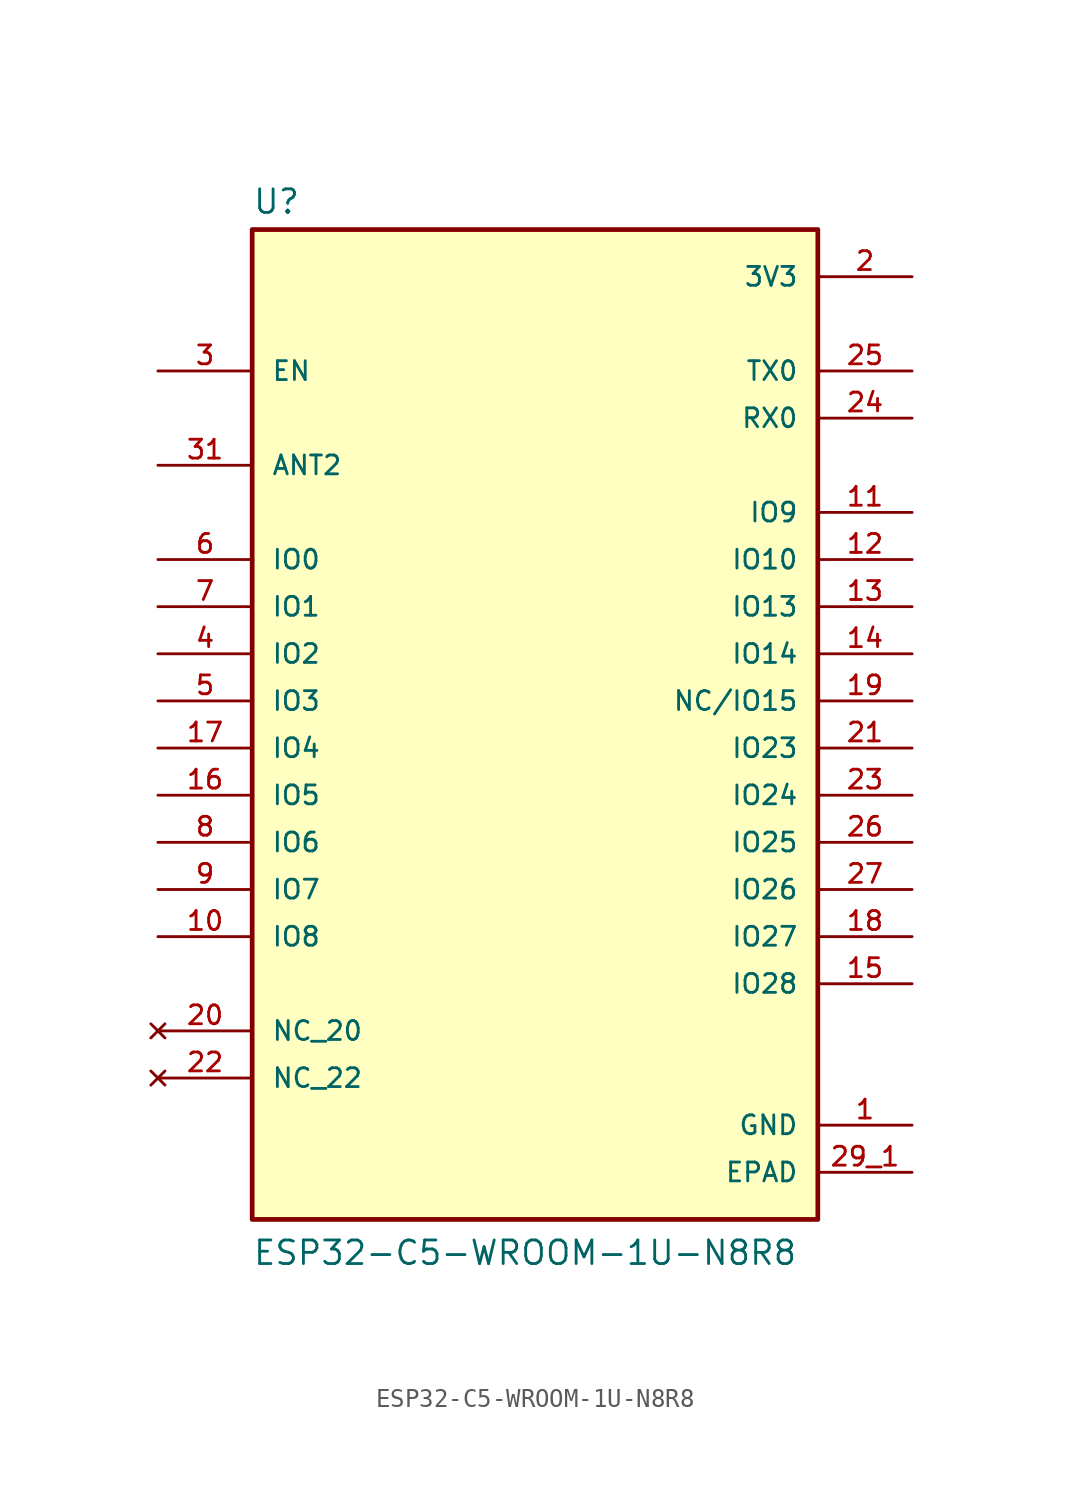
<source format=kicad_sym>
(kicad_symbol_lib
  (version 20211014)
  (generator kicad_symbol_editor)
  (symbol "ESP32-C5-WROOM-1U-N8R8"
    (pin_names
      (offset 1.016))
    (property "Reference" "U"
      (at -15.24 26.162 0)
      (effects (font (size 1.27 1.27)) (justify bottom left)))
    (property "Value" "ESP32-C5-WROOM-1U-N8R8"
      (at -15.24 -30.48 0)
      (effects (font (size 1.27 1.27)) (justify bottom left)))
    (symbol "ESP32-C5-WROOM-1U-N8R8_0_0"
      (rectangle (start -15.24 -27.94) (end 15.24 25.4) (stroke (width 0.254)) (fill (type background)))
      (pin power_in line (at 20.32 -22.86 180.0) (length 5.08) (name "GND" (effects (font (size 1.016 1.016)))) (number "1" (effects (font (size 1.016 1.016)))))
      (pin power_in line (at 20.32 -22.86 180.0) (length 5.08) hide (name "GND" (effects (font (size 1.016 1.016)))) (number "28" (effects (font (size 1.016 1.016)))))
      (pin power_in line (at 20.32 -22.86 180.0) (length 5.08) hide (name "GND" (effects (font (size 1.016 1.016)))) (number "30" (effects (font (size 1.016 1.016)))))
      (pin power_in line (at 20.32 -22.86 180.0) (length 5.08) hide (name "GND" (effects (font (size 1.016 1.016)))) (number "32" (effects (font (size 1.016 1.016)))))
      (pin power_in line (at 20.32 22.86 180.0) (length 5.08) (name "3V3" (effects (font (size 1.016 1.016)))) (number "2" (effects (font (size 1.016 1.016)))))
      (pin input line (at -20.32 17.78 0) (length 5.08) (name "EN" (effects (font (size 1.016 1.016)))) (number "3" (effects (font (size 1.016 1.016)))))
      (pin bidirectional line (at -20.32 -2.54 0) (length 5.08) (name "IO4" (effects (font (size 1.016 1.016)))) (number "17" (effects (font (size 1.016 1.016)))))
      (pin bidirectional line (at -20.32 -5.08 0) (length 5.08) (name "IO5" (effects (font (size 1.016 1.016)))) (number "16" (effects (font (size 1.016 1.016)))))
      (pin bidirectional line (at -20.32 -7.62 0) (length 5.08) (name "IO6" (effects (font (size 1.016 1.016)))) (number "8" (effects (font (size 1.016 1.016)))))
      (pin bidirectional line (at -20.32 -10.16 0) (length 5.08) (name "IO7" (effects (font (size 1.016 1.016)))) (number "9" (effects (font (size 1.016 1.016)))))
      (pin bidirectional line (at -20.32 7.62 0) (length 5.08) (name "IO0" (effects (font (size 1.016 1.016)))) (number "6" (effects (font (size 1.016 1.016)))))
      (pin bidirectional line (at -20.32 5.08 0) (length 5.08) (name "IO1" (effects (font (size 1.016 1.016)))) (number "7" (effects (font (size 1.016 1.016)))))
      (pin bidirectional line (at -20.32 -12.7 0) (length 5.08) (name "IO8" (effects (font (size 1.016 1.016)))) (number "10" (effects (font (size 1.016 1.016)))))
      (pin bidirectional line (at 20.32 7.62 180.0) (length 5.08) (name "IO10" (effects (font (size 1.016 1.016)))) (number "12" (effects (font (size 1.016 1.016)))))
      (pin bidirectional line (at 20.32 5.08 180.0) (length 5.08) (name "IO13" (effects (font (size 1.016 1.016)))) (number "13" (effects (font (size 1.016 1.016)))))
      (pin bidirectional line (at -20.32 2.54 0) (length 5.08) (name "IO2" (effects (font (size 1.016 1.016)))) (number "4" (effects (font (size 1.016 1.016)))))
      (pin bidirectional line (at -20.32 0.0 0) (length 5.08) (name "IO3" (effects (font (size 1.016 1.016)))) (number "5" (effects (font (size 1.016 1.016)))))
      (pin bidirectional line (at 20.32 17.78 180.0) (length 5.08) (name "TX0" (effects (font (size 1.016 1.016)))) (number "25" (effects (font (size 1.016 1.016)))))
      (pin bidirectional line (at 20.32 15.24 180.0) (length 5.08) (name "RX0" (effects (font (size 1.016 1.016)))) (number "24" (effects (font (size 1.016 1.016)))))
      (pin bidirectional line (at 20.32 0.0 180.0) (length 5.08) (name "NC/IO15" (effects (font (size 1.016 1.016)))) (number "19" (effects (font (size 1.016 1.016)))))
      (pin no_connect line (at -20.32 -17.78 0) (length 5.08) (name "NC_20" (effects (font (size 1.016 1.016)))) (number "20" (effects (font (size 1.016 1.016)))))
      (pin bidirectional line (at 20.32 -2.54 180.0) (length 5.08) (name "IO23" (effects (font (size 1.016 1.016)))) (number "21" (effects (font (size 1.016 1.016)))))
      (pin bidirectional line (at 20.32 10.16 180.0) (length 5.08) (name "IO9" (effects (font (size 1.016 1.016)))) (number "11" (effects (font (size 1.016 1.016)))))
      (pin bidirectional line (at 20.32 2.54 180.0) (length 5.08) (name "IO14" (effects (font (size 1.016 1.016)))) (number "14" (effects (font (size 1.016 1.016)))))
      (pin bidirectional line (at 20.32 -5.08 180.0) (length 5.08) (name "IO24" (effects (font (size 1.016 1.016)))) (number "23" (effects (font (size 1.016 1.016)))))
      (pin bidirectional line (at 20.32 -7.62 180.0) (length 5.08) (name "IO25" (effects (font (size 1.016 1.016)))) (number "26" (effects (font (size 1.016 1.016)))))
      (pin bidirectional line (at 20.32 -10.16 180.0) (length 5.08) (name "IO26" (effects (font (size 1.016 1.016)))) (number "27" (effects (font (size 1.016 1.016)))))
      (pin power_in line (at 20.32 -25.4 180.0) (length 5.08) (name "EPAD" (effects (font (size 1.016 1.016)))) (number "29_1" (effects (font (size 1.016 1.016)))))
      (pin power_in line (at 20.32 -25.4 180.0) (length 5.08) hide (name "EPAD" (effects (font (size 1.016 1.016)))) (number "29_2" (effects (font (size 1.016 1.016)))))
      (pin power_in line (at 20.32 -25.4 180.0) (length 5.08) hide (name "EPAD" (effects (font (size 1.016 1.016)))) (number "29_3" (effects (font (size 1.016 1.016)))))
      (pin power_in line (at 20.32 -25.4 180.0) (length 5.08) hide (name "EPAD" (effects (font (size 1.016 1.016)))) (number "29_4" (effects (font (size 1.016 1.016)))))
      (pin power_in line (at 20.32 -25.4 180.0) (length 5.08) hide (name "EPAD" (effects (font (size 1.016 1.016)))) (number "29_5" (effects (font (size 1.016 1.016)))))
      (pin power_in line (at 20.32 -25.4 180.0) (length 5.08) hide (name "EPAD" (effects (font (size 1.016 1.016)))) (number "29_6" (effects (font (size 1.016 1.016)))))
      (pin power_in line (at 20.32 -25.4 180.0) (length 5.08) hide (name "EPAD" (effects (font (size 1.016 1.016)))) (number "29_7" (effects (font (size 1.016 1.016)))))
      (pin power_in line (at 20.32 -25.4 180.0) (length 5.08) hide (name "EPAD" (effects (font (size 1.016 1.016)))) (number "29_8" (effects (font (size 1.016 1.016)))))
      (pin power_in line (at 20.32 -25.4 180.0) (length 5.08) hide (name "EPAD" (effects (font (size 1.016 1.016)))) (number "29_9" (effects (font (size 1.016 1.016)))))
      (pin bidirectional line (at -20.32 12.7 0) (length 5.08) (name "ANT2" (effects (font (size 1.016 1.016)))) (number "31" (effects (font (size 1.016 1.016)))))
      (pin no_connect line (at -20.32 -20.32 0) (length 5.08) (name "NC_22" (effects (font (size 1.016 1.016)))) (number "22" (effects (font (size 1.016 1.016)))))
      (pin bidirectional line (at 20.32 -15.24 180.0) (length 5.08) (name "IO28" (effects (font (size 1.016 1.016)))) (number "15" (effects (font (size 1.016 1.016)))))
      (pin bidirectional line (at 20.32 -12.7 180.0) (length 5.08) (name "IO27" (effects (font (size 1.016 1.016)))) (number "18" (effects (font (size 1.016 1.016))))))))
</source>
